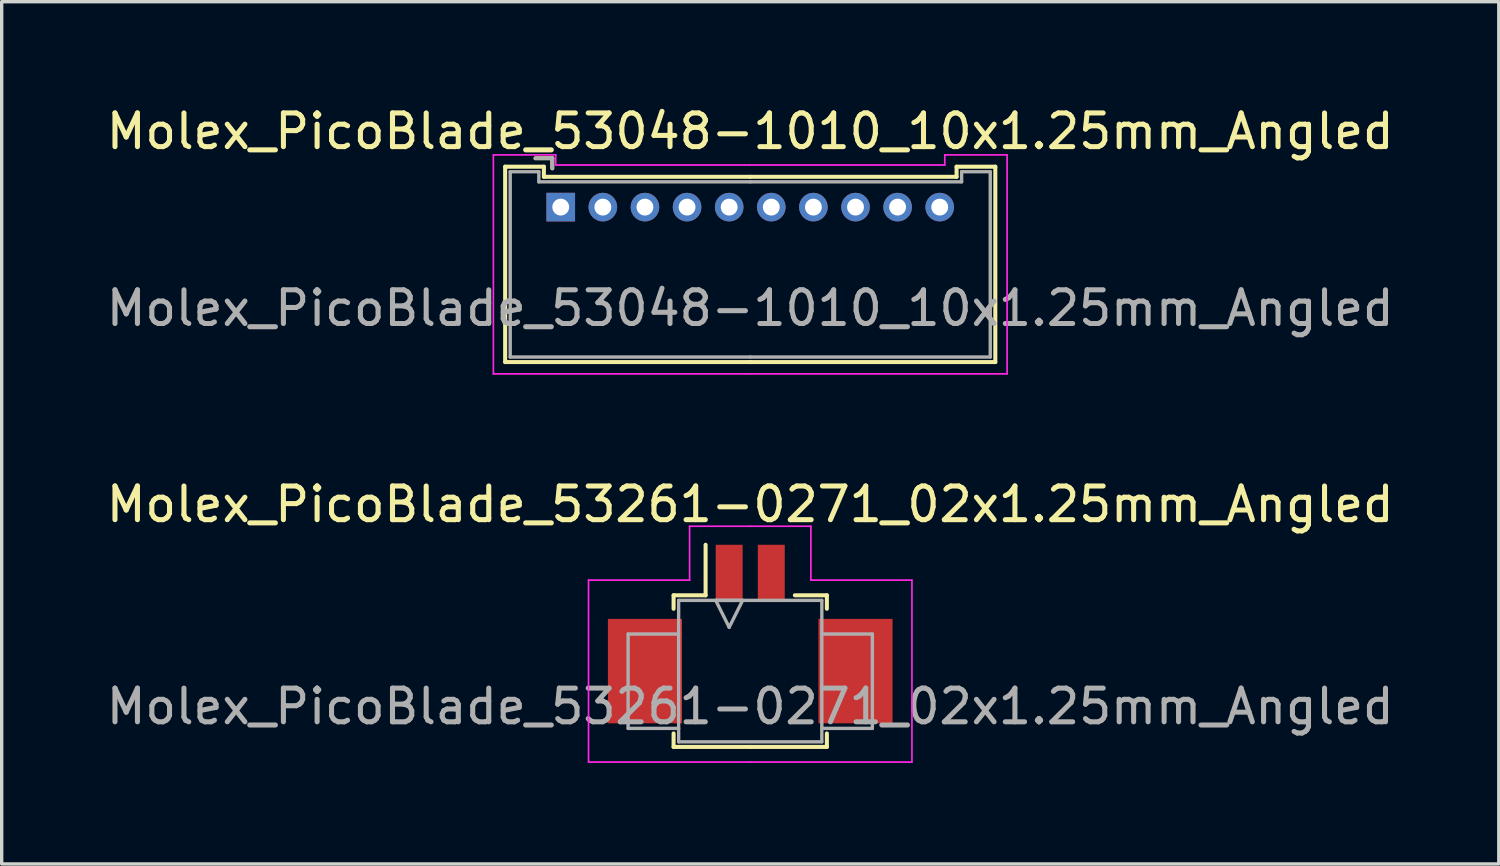
<source format=kicad_pcb>
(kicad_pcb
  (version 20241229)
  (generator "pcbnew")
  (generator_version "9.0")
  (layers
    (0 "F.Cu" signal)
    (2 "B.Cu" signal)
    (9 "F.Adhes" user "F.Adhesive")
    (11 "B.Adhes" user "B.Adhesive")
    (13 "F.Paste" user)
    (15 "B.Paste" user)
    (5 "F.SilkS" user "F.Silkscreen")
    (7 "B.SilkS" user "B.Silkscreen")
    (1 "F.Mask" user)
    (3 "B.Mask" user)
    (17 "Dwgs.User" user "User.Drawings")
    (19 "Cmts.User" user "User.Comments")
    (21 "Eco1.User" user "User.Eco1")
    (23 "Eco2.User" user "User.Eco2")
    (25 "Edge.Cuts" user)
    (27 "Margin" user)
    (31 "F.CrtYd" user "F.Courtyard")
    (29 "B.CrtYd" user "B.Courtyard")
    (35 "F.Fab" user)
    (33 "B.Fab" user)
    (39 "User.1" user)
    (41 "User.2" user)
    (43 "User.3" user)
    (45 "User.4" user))
  (footprint "Molex_PicoBlade_53048-1010_10x1.25mm_Angled"
    (layer "F.Cu")
    (at 13.595 3.098)
    (property "Reference" "Molex_PicoBlade_53048-1010_10x1.25mm_Angled" (at 5.625 -2.25 0) (layer "F.SilkS") (effects (font (size 1 1) (thickness 0.15))))
    (attr through_hole)
    (fp_line (start -1.65 -1.2) (end -1.65 4.6) (stroke (width 0.12) (type solid)) (layer "F.SilkS"))
    (fp_line (start -1.65 4.6) (end 5.625 4.6) (stroke (width 0.12) (type solid)) (layer "F.SilkS"))
    (fp_line (start -0.5 -1.2) (end -1.65 -1.2) (stroke (width 0.12) (type solid)) (layer "F.SilkS"))
    (fp_line (start -0.5 -0.9) (end -0.5 -1.2) (stroke (width 0.12) (type solid)) (layer "F.SilkS"))
    (fp_line (start -0.25 -1.45) (end -0.75 -1.45) (stroke (width 0.12) (type solid)) (layer "F.SilkS"))
    (fp_line (start -0.25 -1.15) (end -0.25 -1.45) (stroke (width 0.12) (type solid)) (layer "F.SilkS"))
    (fp_line (start 5.625 -0.9) (end -0.5 -0.9) (stroke (width 0.12) (type solid)) (layer "F.SilkS"))
    (fp_line (start 5.625 -0.9) (end 11.75 -0.9) (stroke (width 0.12) (type solid)) (layer "F.SilkS"))
    (fp_line (start 11.75 -1.2) (end 12.9 -1.2) (stroke (width 0.12) (type solid)) (layer "F.SilkS"))
    (fp_line (start 11.75 -0.9) (end 11.75 -1.2) (stroke (width 0.12) (type solid)) (layer "F.SilkS"))
    (fp_line (start 12.9 -1.2) (end 12.9 4.6) (stroke (width 0.12) (type solid)) (layer "F.SilkS"))
    (fp_line (start 12.9 4.6) (end 5.625 4.6) (stroke (width 0.12) (type solid)) (layer "F.SilkS"))
    (fp_line (start -2 -1.55) (end -2 4.95) (stroke (width 0.05) (type solid)) (layer "F.CrtYd"))
    (fp_line (start -2 4.95) (end 5.6 4.95) (stroke (width 0.05) (type solid)) (layer "F.CrtYd"))
    (fp_line (start -0.15 -1.55) (end -2 -1.55) (stroke (width 0.05) (type solid)) (layer "F.CrtYd"))
    (fp_line (start -0.15 -1.25) (end -0.15 -1.55) (stroke (width 0.05) (type solid)) (layer "F.CrtYd"))
    (fp_line (start 5.6 -1.25) (end -0.15 -1.25) (stroke (width 0.05) (type solid)) (layer "F.CrtYd"))
    (fp_line (start 5.6 -1.25) (end 11.4 -1.25) (stroke (width 0.05) (type solid)) (layer "F.CrtYd"))
    (fp_line (start 11.4 -1.55) (end 13.25 -1.55) (stroke (width 0.05) (type solid)) (layer "F.CrtYd"))
    (fp_line (start 11.4 -1.25) (end 11.4 -1.55) (stroke (width 0.05) (type solid)) (layer "F.CrtYd"))
    (fp_line (start 13.25 -1.55) (end 13.25 4.95) (stroke (width 0.05) (type solid)) (layer "F.CrtYd"))
    (fp_line (start 13.25 4.95) (end 5.6 4.95) (stroke (width 0.05) (type solid)) (layer "F.CrtYd"))
    (fp_line (start -1.5 -1.05) (end -1.5 4.45) (stroke (width 0.1) (type solid)) (layer "F.Fab"))
    (fp_line (start -1.5 4.45) (end 5.625 4.45) (stroke (width 0.1) (type solid)) (layer "F.Fab"))
    (fp_line (start -0.65 -1.05) (end -1.5 -1.05) (stroke (width 0.1) (type solid)) (layer "F.Fab"))
    (fp_line (start -0.65 -0.75) (end -0.65 -1.05) (stroke (width 0.1) (type solid)) (layer "F.Fab"))
    (fp_line (start -0.25 -1.45) (end -0.75 -1.45) (stroke (width 0.1) (type solid)) (layer "F.Fab"))
    (fp_line (start -0.25 -1.15) (end -0.25 -1.45) (stroke (width 0.1) (type solid)) (layer "F.Fab"))
    (fp_line (start 5.625 -0.75) (end -0.65 -0.75) (stroke (width 0.1) (type solid)) (layer "F.Fab"))
    (fp_line (start 5.625 -0.75) (end 11.9 -0.75) (stroke (width 0.1) (type solid)) (layer "F.Fab"))
    (fp_line (start 11.9 -1.05) (end 12.75 -1.05) (stroke (width 0.1) (type solid)) (layer "F.Fab"))
    (fp_line (start 11.9 -0.75) (end 11.9 -1.05) (stroke (width 0.1) (type solid)) (layer "F.Fab"))
    (fp_line (start 12.75 -1.05) (end 12.75 4.45) (stroke (width 0.1) (type solid)) (layer "F.Fab"))
    (fp_line (start 12.75 4.45) (end 5.625 4.45) (stroke (width 0.1) (type solid)) (layer "F.Fab"))
    (fp_text user "${REFERENCE}" (at 5.625 3 0) (layer "F.Fab") (effects (font (size 1 1) (thickness 0.15))))
    (pad "1" thru_hole rect (at 0 0) (size 0.85 0.85) (drill 0.5) (layers "*.Cu" "*.Mask"))
    (pad "2" thru_hole circle (at 1.25 0) (size 0.85 0.85) (drill 0.5) (layers "*.Cu" "*.Mask"))
    (pad "3" thru_hole circle (at 2.5 0) (size 0.85 0.85) (drill 0.5) (layers "*.Cu" "*.Mask"))
    (pad "4" thru_hole circle (at 3.75 0) (size 0.85 0.85) (drill 0.5) (layers "*.Cu" "*.Mask"))
    (pad "5" thru_hole circle (at 5 0) (size 0.85 0.85) (drill 0.5) (layers "*.Cu" "*.Mask"))
    (pad "6" thru_hole circle (at 6.25 0) (size 0.85 0.85) (drill 0.5) (layers "*.Cu" "*.Mask"))
    (pad "7" thru_hole circle (at 7.5 0) (size 0.85 0.85) (drill 0.5) (layers "*.Cu" "*.Mask"))
    (pad "8" thru_hole circle (at 8.75 0) (size 0.85 0.85) (drill 0.5) (layers "*.Cu" "*.Mask"))
    (pad "9" thru_hole circle (at 10 0) (size 0.85 0.85) (drill 0.5) (layers "*.Cu" "*.Mask"))
    (pad "10" thru_hole circle (at 11.25 0) (size 0.85 0.85) (drill 0.5) (layers "*.Cu" "*.Mask")))
  (footprint "Molex_PicoBlade_53261-0271_02x1.25mm_Angled"
    (layer "F.Cu")
    (at 19.22 15.421)
    (property "Reference" "Molex_PicoBlade_53261-0271_02x1.25mm_Angled" (at 0 -3.5 0) (layer "F.SilkS") (effects (font (size 1 1) (thickness 0.15))))
    (attr smd)
    (fp_line (start -2.275 -0.8) (end -2.275 -0.4) (stroke (width 0.12) (type solid)) (layer "F.SilkS"))
    (fp_line (start -2.275 3.3) (end -2.275 3.7) (stroke (width 0.12) (type solid)) (layer "F.SilkS"))
    (fp_line (start -2.275 3.7) (end 0 3.7) (stroke (width 0.12) (type solid)) (layer "F.SilkS"))
    (fp_line (start -1.325 -0.8) (end -2.275 -0.8) (stroke (width 0.12) (type solid)) (layer "F.SilkS"))
    (fp_line (start -1.325 -0.8) (end -1.325 -2.3) (stroke (width 0.12) (type solid)) (layer "F.SilkS"))
    (fp_line (start 1.325 -0.8) (end 2.275 -0.8) (stroke (width 0.12) (type solid)) (layer "F.SilkS"))
    (fp_line (start 2.275 -0.8) (end 2.275 -0.4) (stroke (width 0.12) (type solid)) (layer "F.SilkS"))
    (fp_line (start 2.275 3.3) (end 2.275 3.7) (stroke (width 0.12) (type solid)) (layer "F.SilkS"))
    (fp_line (start 2.275 3.7) (end 0 3.7) (stroke (width 0.12) (type solid)) (layer "F.SilkS"))
    (fp_line (start -4.8 -1.25) (end -4.8 4.15) (stroke (width 0.05) (type solid)) (layer "F.CrtYd"))
    (fp_line (start -4.8 4.15) (end 0 4.15) (stroke (width 0.05) (type solid)) (layer "F.CrtYd"))
    (fp_line (start -1.8 -2.85) (end -1.8 -1.25) (stroke (width 0.05) (type solid)) (layer "F.CrtYd"))
    (fp_line (start -1.8 -1.25) (end -4.8 -1.25) (stroke (width 0.05) (type solid)) (layer "F.CrtYd"))
    (fp_line (start 0 -2.85) (end -1.8 -2.85) (stroke (width 0.05) (type solid)) (layer "F.CrtYd"))
    (fp_line (start 0 -2.85) (end 1.8 -2.85) (stroke (width 0.05) (type solid)) (layer "F.CrtYd"))
    (fp_line (start 1.8 -2.85) (end 1.8 -1.25) (stroke (width 0.05) (type solid)) (layer "F.CrtYd"))
    (fp_line (start 1.8 -1.25) (end 4.8 -1.25) (stroke (width 0.05) (type solid)) (layer "F.CrtYd"))
    (fp_line (start 4.8 -1.25) (end 4.8 4.15) (stroke (width 0.05) (type solid)) (layer "F.CrtYd"))
    (fp_line (start 4.8 4.15) (end 0 4.15) (stroke (width 0.05) (type solid)) (layer "F.CrtYd"))
    (fp_line (start -3.625 0.35) (end -3.625 3.15) (stroke (width 0.1) (type solid)) (layer "F.Fab"))
    (fp_line (start -3.625 3.15) (end -2.125 3.15) (stroke (width 0.1) (type solid)) (layer "F.Fab"))
    (fp_line (start -2.125 -0.65) (end 2.125 -0.65) (stroke (width 0.1) (type solid)) (layer "F.Fab"))
    (fp_line (start -2.125 0.35) (end -3.625 0.35) (stroke (width 0.1) (type solid)) (layer "F.Fab"))
    (fp_line (start -2.125 3.55) (end -2.125 -0.65) (stroke (width 0.1) (type solid)) (layer "F.Fab"))
    (fp_line (start -1.025 -0.65) (end -0.625 0.15) (stroke (width 0.1) (type solid)) (layer "F.Fab"))
    (fp_line (start -0.625 0.15) (end -0.225 -0.65) (stroke (width 0.1) (type solid)) (layer "F.Fab"))
    (fp_line (start -0.225 -0.65) (end -1.025 -0.65) (stroke (width 0.1) (type solid)) (layer "F.Fab"))
    (fp_line (start 2.125 -0.65) (end 2.125 3.55) (stroke (width 0.1) (type solid)) (layer "F.Fab"))
    (fp_line (start 2.125 0.35) (end 3.625 0.35) (stroke (width 0.1) (type solid)) (layer "F.Fab"))
    (fp_line (start 2.125 3.55) (end -2.125 3.55) (stroke (width 0.1) (type solid)) (layer "F.Fab"))
    (fp_line (start 3.625 0.35) (end 3.625 3.15) (stroke (width 0.1) (type solid)) (layer "F.Fab"))
    (fp_line (start 3.625 3.15) (end 2.125 3.15) (stroke (width 0.1) (type solid)) (layer "F.Fab"))
    (fp_text user "${REFERENCE}" (at 0 2.5 0) (layer "F.Fab") (effects (font (size 1 1) (thickness 0.15))))
    (pad "" smd rect (at -3.125 1.45) (size 2.2 3.1) (layers "F.Cu" "F.Mask" "F.Paste"))
    (pad "" smd rect (at 3.125 1.45) (size 2.2 3.1) (layers "F.Cu" "F.Mask" "F.Paste"))
    (pad "1" smd rect (at -0.625 -1.45) (size 0.8 1.7) (layers "F.Cu" "F.Mask" "F.Paste"))
    (pad "2" smd rect (at 0.625 -1.45) (size 0.8 1.7) (layers "F.Cu" "F.Mask" "F.Paste")))
  (gr_rect
    (start -3 -3)
    (end 41.44 22.596)
    (stroke (width 0.1) (type default))
    (fill no)
    (layer "Edge.Cuts")))
</source>
